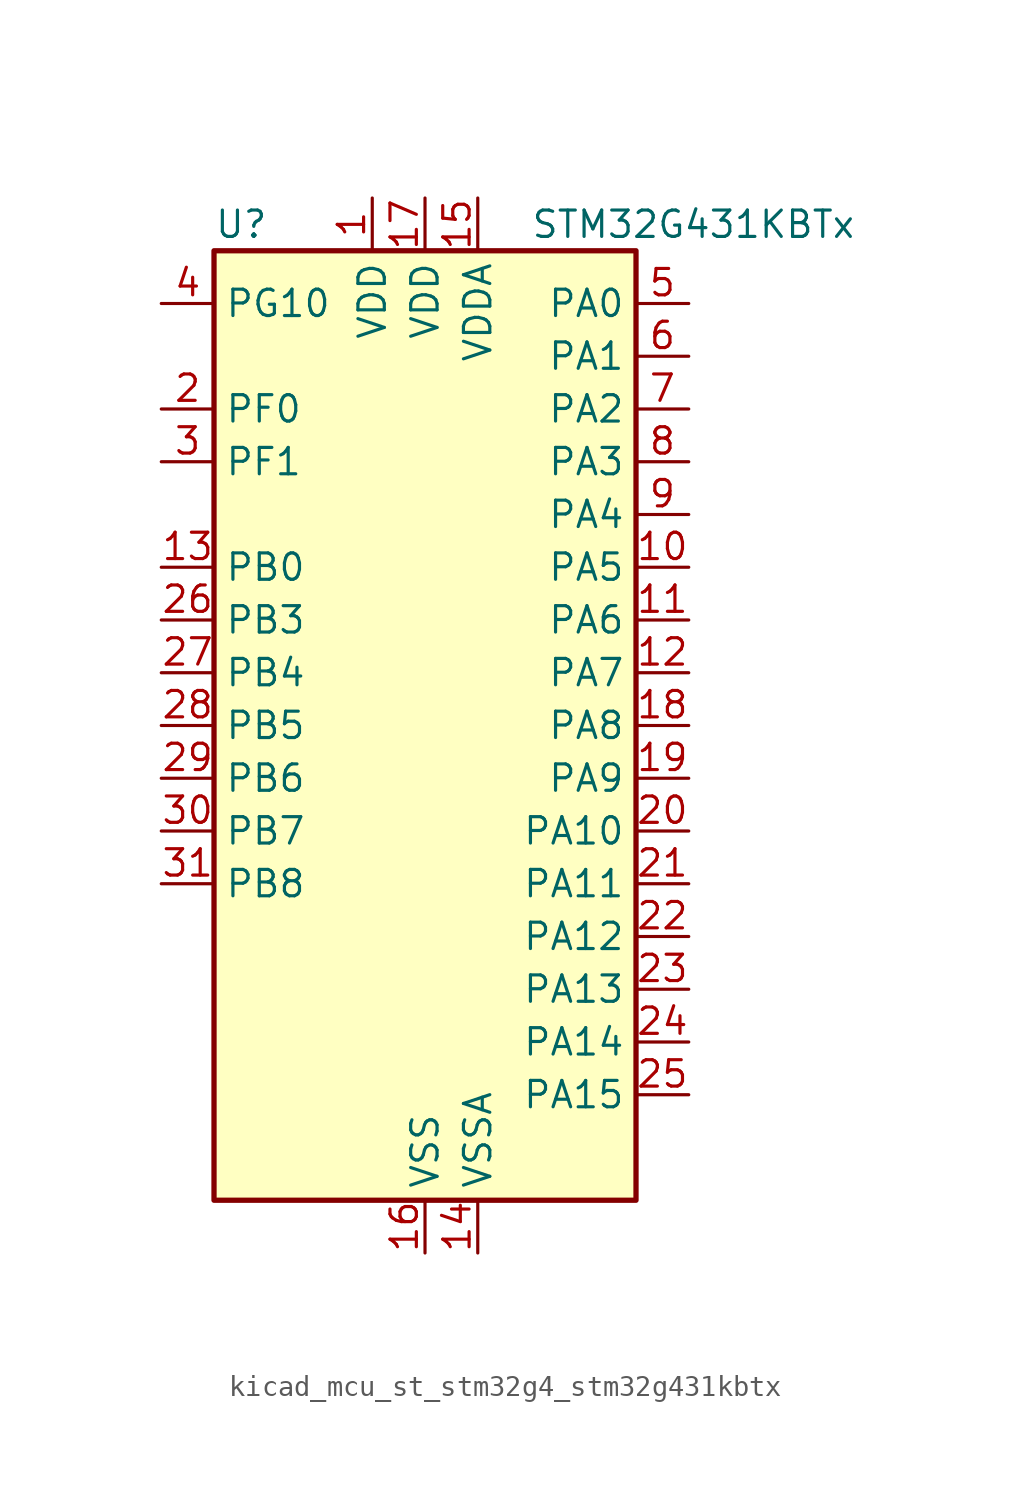
<source format=kicad_sym>
(kicad_symbol_lib
  (version 20220914)
  (generator kicad_symbol_editor)
  (symbol "kicad_mcu_st_stm32g4_stm32g431kbtx"
    (property "Reference" "U"
      (at -10.16 24.13 0)
      (effects (font (size 1.27 1.27)) (justify left)))
    (property "Value" "STM32G431KBTx"
      (at 5.08 24.13 0)
      (effects (font (size 1.27 1.27)) (justify left)))
    (property "ki_locked" ""
      (at 0 0 0)
      (effects (font (size 1.27 1.27))))
    (symbol "kicad_mcu_st_stm32g4_stm32g431kbtx_0_1"
      (rectangle (start -10.16 -22.86) (end 10.16 22.86) (stroke (width 0.254) (type default)) (fill (type background))))
    (symbol "kicad_mcu_st_stm32g4_stm32g431kbtx_1_1"
      (pin power_in line (at -2.54 25.4 270) (length 2.54) (name "VDD" (effects (font (size 1.27 1.27)))) (number "1" (effects (font (size 1.27 1.27)))))
      (pin bidirectional line (at 12.7 7.62 180) (length 2.54) (name "PA5" (effects (font (size 1.27 1.27)))) (number "10" (effects (font (size 1.27 1.27)))) (alternate "ADC2_IN13" bidirectional line) (alternate "COMP2_INM" bidirectional line) (alternate "DAC1_OUT2" bidirectional line) (alternate "OPAMP2_VINM" bidirectional line) (alternate "OPAMP2_VINM0" bidirectional line) (alternate "OPAMP2_VINM_SEC" bidirectional line) (alternate "SPI1_SCK" bidirectional line) (alternate "TIM2_CH1" bidirectional line) (alternate "TIM2_ETR" bidirectional line) (alternate "UCPD1_FRSTX1" bidirectional line) (alternate "UCPD1_FRSTX2" bidirectional line))
      (pin bidirectional line (at 12.7 5.08 180) (length 2.54) (name "PA6" (effects (font (size 1.27 1.27)))) (number "11" (effects (font (size 1.27 1.27)))) (alternate "ADC2_IN3" bidirectional line) (alternate "COMP1_OUT" bidirectional line) (alternate "LPUART1_CTS" bidirectional line) (alternate "OPAMP2_VOUT" bidirectional line) (alternate "SPI1_MISO" bidirectional line) (alternate "TIM16_CH1" bidirectional line) (alternate "TIM1_BKIN" bidirectional line) (alternate "TIM3_CH1" bidirectional line) (alternate "TIM8_BKIN" bidirectional line))
      (pin bidirectional line (at 12.7 2.54 180) (length 2.54) (name "PA7" (effects (font (size 1.27 1.27)))) (number "12" (effects (font (size 1.27 1.27)))) (alternate "ADC2_IN4" bidirectional line) (alternate "COMP2_INP" bidirectional line) (alternate "COMP2_OUT" bidirectional line) (alternate "OPAMP1_VINP" bidirectional line) (alternate "OPAMP1_VINP_SEC" bidirectional line) (alternate "OPAMP2_VINP" bidirectional line) (alternate "OPAMP2_VINP_SEC" bidirectional line) (alternate "SPI1_MOSI" bidirectional line) (alternate "TIM17_CH1" bidirectional line) (alternate "TIM1_CH1N" bidirectional line) (alternate "TIM3_CH2" bidirectional line) (alternate "TIM8_CH1N" bidirectional line) (alternate "UCPD1_FRSTX1" bidirectional line) (alternate "UCPD1_FRSTX2" bidirectional line))
      (pin bidirectional line (at -12.7 7.62 0) (length 2.54) (name "PB0" (effects (font (size 1.27 1.27)))) (number "13" (effects (font (size 1.27 1.27)))) (alternate "ADC1_IN15" bidirectional line) (alternate "COMP4_INP" bidirectional line) (alternate "OPAMP2_VINP" bidirectional line) (alternate "OPAMP2_VINP_SEC" bidirectional line) (alternate "OPAMP3_VINP" bidirectional line) (alternate "OPAMP3_VINP_SEC" bidirectional line) (alternate "TIM1_CH2N" bidirectional line) (alternate "TIM3_CH3" bidirectional line) (alternate "TIM8_CH2N" bidirectional line) (alternate "UCPD1_FRSTX1" bidirectional line) (alternate "UCPD1_FRSTX2" bidirectional line))
      (pin power_in line (at 2.54 -25.4 90) (length 2.54) (name "VSSA" (effects (font (size 1.27 1.27)))) (number "14" (effects (font (size 1.27 1.27)))))
      (pin power_in line (at 2.54 25.4 270) (length 2.54) (name "VDDA" (effects (font (size 1.27 1.27)))) (number "15" (effects (font (size 1.27 1.27)))))
      (pin power_in line (at 0 -25.4 90) (length 2.54) (name "VSS" (effects (font (size 1.27 1.27)))) (number "16" (effects (font (size 1.27 1.27)))))
      (pin power_in line (at 0 25.4 270) (length 2.54) (name "VDD" (effects (font (size 1.27 1.27)))) (number "17" (effects (font (size 1.27 1.27)))))
      (pin bidirectional line (at 12.7 0 180) (length 2.54) (name "PA8" (effects (font (size 1.27 1.27)))) (number "18" (effects (font (size 1.27 1.27)))) (alternate "I2C2_SDA" bidirectional line) (alternate "I2C3_SCL" bidirectional line) (alternate "I2S2_MCK" bidirectional line) (alternate "RCC_MCO" bidirectional line) (alternate "SAI1_CK2" bidirectional line) (alternate "SAI1_SCK_A" bidirectional line) (alternate "TIM1_CH1" bidirectional line) (alternate "TIM4_ETR" bidirectional line) (alternate "USART1_CK" bidirectional line))
      (pin bidirectional line (at 12.7 -2.54 180) (length 2.54) (name "PA9" (effects (font (size 1.27 1.27)))) (number "19" (effects (font (size 1.27 1.27)))) (alternate "DAC1_EXTI9" bidirectional line) (alternate "DAC3_EXTI9" bidirectional line) (alternate "I2C2_SCL" bidirectional line) (alternate "I2C3_SMBA" bidirectional line) (alternate "I2S3_MCK" bidirectional line) (alternate "SAI1_FS_A" bidirectional line) (alternate "TIM15_BKIN" bidirectional line) (alternate "TIM1_CH2" bidirectional line) (alternate "TIM2_CH3" bidirectional line) (alternate "UCPD1_DBCC1" bidirectional line) (alternate "USART1_TX" bidirectional line))
      (pin bidirectional line (at -12.7 15.24 0) (length 2.54) (name "PF0" (effects (font (size 1.27 1.27)))) (number "2" (effects (font (size 1.27 1.27)))) (alternate "ADC1_IN10" bidirectional line) (alternate "I2C2_SDA" bidirectional line) (alternate "I2S2_WS" bidirectional line) (alternate "RCC_OSC_IN" bidirectional line) (alternate "SPI2_NSS" bidirectional line) (alternate "TIM1_CH3N" bidirectional line))
      (pin bidirectional line (at 12.7 -5.08 180) (length 2.54) (name "PA10" (effects (font (size 1.27 1.27)))) (number "20" (effects (font (size 1.27 1.27)))) (alternate "CRS_SYNC" bidirectional line) (alternate "DAC1_EXTI10" bidirectional line) (alternate "DAC3_EXTI10" bidirectional line) (alternate "I2C2_SMBA" bidirectional line) (alternate "SAI1_D1" bidirectional line) (alternate "SAI1_SD_A" bidirectional line) (alternate "SPI2_MISO" bidirectional line) (alternate "TIM17_BKIN" bidirectional line) (alternate "TIM1_CH3" bidirectional line) (alternate "TIM2_CH4" bidirectional line) (alternate "TIM8_BKIN" bidirectional line) (alternate "UCPD1_DBCC2" bidirectional line) (alternate "USART1_RX" bidirectional line))
      (pin bidirectional line (at 12.7 -7.62 180) (length 2.54) (name "PA11" (effects (font (size 1.27 1.27)))) (number "21" (effects (font (size 1.27 1.27)))) (alternate "ADC1_EXTI11" bidirectional line) (alternate "ADC2_EXTI11" bidirectional line) (alternate "COMP1_OUT" bidirectional line) (alternate "FDCAN1_RX" bidirectional line) (alternate "I2S2_SD" bidirectional line) (alternate "SPI2_MOSI" bidirectional line) (alternate "TIM1_BKIN2" bidirectional line) (alternate "TIM1_CH1N" bidirectional line) (alternate "TIM1_CH4" bidirectional line) (alternate "TIM4_CH1" bidirectional line) (alternate "USART1_CTS" bidirectional line) (alternate "USART1_NSS" bidirectional line) (alternate "USB_DM" bidirectional line))
      (pin bidirectional line (at 12.7 -10.16 180) (length 2.54) (name "PA12" (effects (font (size 1.27 1.27)))) (number "22" (effects (font (size 1.27 1.27)))) (alternate "COMP2_OUT" bidirectional line) (alternate "FDCAN1_TX" bidirectional line) (alternate "I2S_CKIN" bidirectional line) (alternate "TIM16_CH1" bidirectional line) (alternate "TIM1_CH2N" bidirectional line) (alternate "TIM1_ETR" bidirectional line) (alternate "TIM4_CH2" bidirectional line) (alternate "USART1_DE" bidirectional line) (alternate "USART1_RTS" bidirectional line) (alternate "USB_DP" bidirectional line))
      (pin bidirectional line (at 12.7 -12.7 180) (length 2.54) (name "PA13" (effects (font (size 1.27 1.27)))) (number "23" (effects (font (size 1.27 1.27)))) (alternate "I2C1_SCL" bidirectional line) (alternate "IR_OUT" bidirectional line) (alternate "SAI1_SD_B" bidirectional line) (alternate "SYS_JTMS-SWDIO" bidirectional line) (alternate "TIM16_CH1N" bidirectional line) (alternate "TIM4_CH3" bidirectional line))
      (pin bidirectional line (at 12.7 -15.24 180) (length 2.54) (name "PA14" (effects (font (size 1.27 1.27)))) (number "24" (effects (font (size 1.27 1.27)))) (alternate "I2C1_SDA" bidirectional line) (alternate "LPTIM1_OUT" bidirectional line) (alternate "SAI1_FS_B" bidirectional line) (alternate "SYS_JTCK-SWCLK" bidirectional line) (alternate "TIM1_BKIN" bidirectional line) (alternate "TIM8_CH2" bidirectional line) (alternate "USART2_TX" bidirectional line))
      (pin bidirectional line (at 12.7 -17.78 180) (length 2.54) (name "PA15" (effects (font (size 1.27 1.27)))) (number "25" (effects (font (size 1.27 1.27)))) (alternate "ADC1_EXTI15" bidirectional line) (alternate "ADC2_EXTI15" bidirectional line) (alternate "I2C1_SCL" bidirectional line) (alternate "I2S3_WS" bidirectional line) (alternate "SPI1_NSS" bidirectional line) (alternate "SPI3_NSS" bidirectional line) (alternate "SYS_JTDI" bidirectional line) (alternate "TIM1_BKIN" bidirectional line) (alternate "TIM2_CH1" bidirectional line) (alternate "TIM2_ETR" bidirectional line) (alternate "TIM8_CH1" bidirectional line) (alternate "USART2_RX" bidirectional line))
      (pin bidirectional line (at -12.7 5.08 0) (length 2.54) (name "PB3" (effects (font (size 1.27 1.27)))) (number "26" (effects (font (size 1.27 1.27)))) (alternate "CRS_SYNC" bidirectional line) (alternate "I2S3_CK" bidirectional line) (alternate "SAI1_SCK_B" bidirectional line) (alternate "SPI1_SCK" bidirectional line) (alternate "SPI3_SCK" bidirectional line) (alternate "SYS_JTDO-SWO" bidirectional line) (alternate "TIM2_CH2" bidirectional line) (alternate "TIM3_ETR" bidirectional line) (alternate "TIM4_ETR" bidirectional line) (alternate "TIM8_CH1N" bidirectional line) (alternate "USART2_TX" bidirectional line))
      (pin bidirectional line (at -12.7 2.54 0) (length 2.54) (name "PB4" (effects (font (size 1.27 1.27)))) (number "27" (effects (font (size 1.27 1.27)))) (alternate "SAI1_MCLK_B" bidirectional line) (alternate "SPI1_MISO" bidirectional line) (alternate "SPI3_MISO" bidirectional line) (alternate "SYS_JTRST" bidirectional line) (alternate "TIM16_CH1" bidirectional line) (alternate "TIM17_BKIN" bidirectional line) (alternate "TIM3_CH1" bidirectional line) (alternate "TIM8_CH2N" bidirectional line) (alternate "UCPD1_CC2" bidirectional line) (alternate "USART2_RX" bidirectional line))
      (pin bidirectional line (at -12.7 0 0) (length 2.54) (name "PB5" (effects (font (size 1.27 1.27)))) (number "28" (effects (font (size 1.27 1.27)))) (alternate "I2C1_SMBA" bidirectional line) (alternate "I2C3_SDA" bidirectional line) (alternate "I2S3_SD" bidirectional line) (alternate "LPTIM1_IN1" bidirectional line) (alternate "SAI1_SD_B" bidirectional line) (alternate "SPI1_MOSI" bidirectional line) (alternate "SPI3_MOSI" bidirectional line) (alternate "TIM16_BKIN" bidirectional line) (alternate "TIM17_CH1" bidirectional line) (alternate "TIM3_CH2" bidirectional line) (alternate "TIM8_CH3N" bidirectional line) (alternate "USART2_CK" bidirectional line))
      (pin bidirectional line (at -12.7 -2.54 0) (length 2.54) (name "PB6" (effects (font (size 1.27 1.27)))) (number "29" (effects (font (size 1.27 1.27)))) (alternate "COMP4_OUT" bidirectional line) (alternate "LPTIM1_ETR" bidirectional line) (alternate "SAI1_FS_B" bidirectional line) (alternate "TIM16_CH1N" bidirectional line) (alternate "TIM4_CH1" bidirectional line) (alternate "TIM8_BKIN2" bidirectional line) (alternate "TIM8_CH1" bidirectional line) (alternate "TIM8_ETR" bidirectional line) (alternate "UCPD1_CC1" bidirectional line) (alternate "USART1_TX" bidirectional line))
      (pin bidirectional line (at -12.7 12.7 0) (length 2.54) (name "PF1" (effects (font (size 1.27 1.27)))) (number "3" (effects (font (size 1.27 1.27)))) (alternate "ADC2_IN10" bidirectional line) (alternate "COMP3_INM" bidirectional line) (alternate "I2S2_CK" bidirectional line) (alternate "RCC_OSC_OUT" bidirectional line) (alternate "SPI2_SCK" bidirectional line))
      (pin bidirectional line (at -12.7 -5.08 0) (length 2.54) (name "PB7" (effects (font (size 1.27 1.27)))) (number "30" (effects (font (size 1.27 1.27)))) (alternate "COMP3_OUT" bidirectional line) (alternate "I2C1_SDA" bidirectional line) (alternate "LPTIM1_IN2" bidirectional line) (alternate "SYS_PVD_IN" bidirectional line) (alternate "TIM17_CH1N" bidirectional line) (alternate "TIM3_CH4" bidirectional line) (alternate "TIM4_CH2" bidirectional line) (alternate "TIM8_BKIN" bidirectional line) (alternate "USART1_RX" bidirectional line))
      (pin bidirectional line (at -12.7 -7.62 0) (length 2.54) (name "PB8" (effects (font (size 1.27 1.27)))) (number "31" (effects (font (size 1.27 1.27)))) (alternate "COMP1_OUT" bidirectional line) (alternate "FDCAN1_RX" bidirectional line) (alternate "I2C1_SCL" bidirectional line) (alternate "SAI1_CK1" bidirectional line) (alternate "SAI1_MCLK_A" bidirectional line) (alternate "TIM16_CH1" bidirectional line) (alternate "TIM1_BKIN" bidirectional line) (alternate "TIM4_CH3" bidirectional line) (alternate "TIM8_CH2" bidirectional line))
      (pin passive line (at 0 -25.4 90) (length 2.54) hide (name "VSS" (effects (font (size 1.27 1.27)))) (number "32" (effects (font (size 1.27 1.27)))))
      (pin bidirectional line (at -12.7 20.32 0) (length 2.54) (name "PG10" (effects (font (size 1.27 1.27)))) (number "4" (effects (font (size 1.27 1.27)))) (alternate "DAC1_EXTI10" bidirectional line) (alternate "DAC3_EXTI10" bidirectional line) (alternate "RCC_MCO" bidirectional line))
      (pin bidirectional line (at 12.7 20.32 180) (length 2.54) (name "PA0" (effects (font (size 1.27 1.27)))) (number "5" (effects (font (size 1.27 1.27)))) (alternate "ADC1_IN1" bidirectional line) (alternate "ADC2_IN1" bidirectional line) (alternate "COMP1_INM" bidirectional line) (alternate "COMP1_OUT" bidirectional line) (alternate "COMP3_INP" bidirectional line) (alternate "RTC_TAMP2" bidirectional line) (alternate "SYS_WKUP1" bidirectional line) (alternate "TIM2_CH1" bidirectional line) (alternate "TIM2_ETR" bidirectional line) (alternate "TIM8_BKIN" bidirectional line) (alternate "TIM8_ETR" bidirectional line) (alternate "USART2_CTS" bidirectional line) (alternate "USART2_NSS" bidirectional line))
      (pin bidirectional line (at 12.7 17.78 180) (length 2.54) (name "PA1" (effects (font (size 1.27 1.27)))) (number "6" (effects (font (size 1.27 1.27)))) (alternate "ADC1_IN2" bidirectional line) (alternate "ADC2_IN2" bidirectional line) (alternate "COMP1_INP" bidirectional line) (alternate "OPAMP1_VINP" bidirectional line) (alternate "OPAMP1_VINP_SEC" bidirectional line) (alternate "OPAMP3_VINP" bidirectional line) (alternate "OPAMP3_VINP_SEC" bidirectional line) (alternate "RTC_REFIN" bidirectional line) (alternate "TIM15_CH1N" bidirectional line) (alternate "TIM2_CH2" bidirectional line) (alternate "USART2_DE" bidirectional line) (alternate "USART2_RTS" bidirectional line))
      (pin bidirectional line (at 12.7 15.24 180) (length 2.54) (name "PA2" (effects (font (size 1.27 1.27)))) (number "7" (effects (font (size 1.27 1.27)))) (alternate "ADC1_IN3" bidirectional line) (alternate "COMP2_INM" bidirectional line) (alternate "COMP2_OUT" bidirectional line) (alternate "LPUART1_TX" bidirectional line) (alternate "OPAMP1_VOUT" bidirectional line) (alternate "RCC_LSCO" bidirectional line) (alternate "SYS_WKUP4" bidirectional line) (alternate "TIM15_CH1" bidirectional line) (alternate "TIM2_CH3" bidirectional line) (alternate "UCPD1_FRSTX1" bidirectional line) (alternate "UCPD1_FRSTX2" bidirectional line) (alternate "USART2_TX" bidirectional line))
      (pin bidirectional line (at 12.7 12.7 180) (length 2.54) (name "PA3" (effects (font (size 1.27 1.27)))) (number "8" (effects (font (size 1.27 1.27)))) (alternate "ADC1_IN4" bidirectional line) (alternate "COMP2_INP" bidirectional line) (alternate "LPUART1_RX" bidirectional line) (alternate "OPAMP1_VINM" bidirectional line) (alternate "OPAMP1_VINM0" bidirectional line) (alternate "OPAMP1_VINM_SEC" bidirectional line) (alternate "OPAMP1_VINP" bidirectional line) (alternate "OPAMP1_VINP_SEC" bidirectional line) (alternate "SAI1_CK1" bidirectional line) (alternate "SAI1_MCLK_A" bidirectional line) (alternate "TIM15_CH2" bidirectional line) (alternate "TIM2_CH4" bidirectional line) (alternate "USART2_RX" bidirectional line))
      (pin bidirectional line (at 12.7 10.16 180) (length 2.54) (name "PA4" (effects (font (size 1.27 1.27)))) (number "9" (effects (font (size 1.27 1.27)))) (alternate "ADC2_IN17" bidirectional line) (alternate "COMP1_INM" bidirectional line) (alternate "DAC1_OUT1" bidirectional line) (alternate "I2S3_WS" bidirectional line) (alternate "SAI1_FS_B" bidirectional line) (alternate "SPI1_NSS" bidirectional line) (alternate "SPI3_NSS" bidirectional line) (alternate "TIM3_CH2" bidirectional line) (alternate "USART2_CK" bidirectional line)))))
</source>
